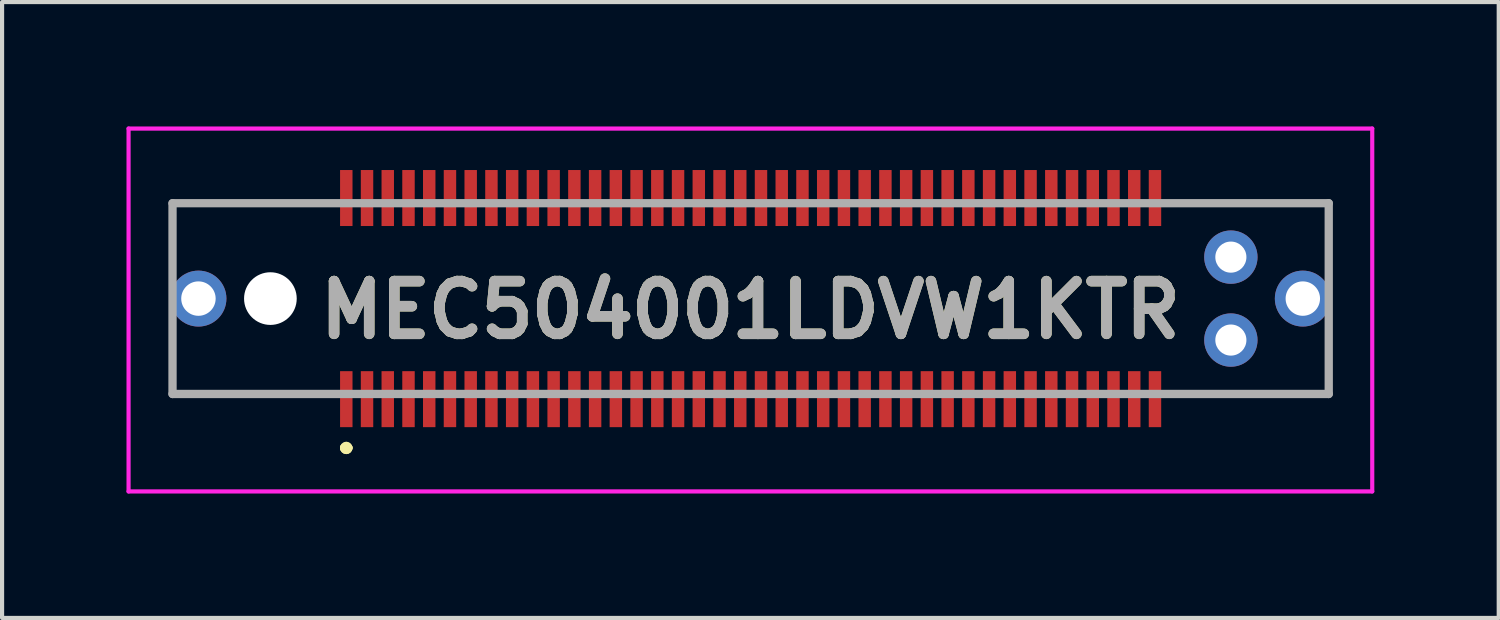
<source format=kicad_pcb>
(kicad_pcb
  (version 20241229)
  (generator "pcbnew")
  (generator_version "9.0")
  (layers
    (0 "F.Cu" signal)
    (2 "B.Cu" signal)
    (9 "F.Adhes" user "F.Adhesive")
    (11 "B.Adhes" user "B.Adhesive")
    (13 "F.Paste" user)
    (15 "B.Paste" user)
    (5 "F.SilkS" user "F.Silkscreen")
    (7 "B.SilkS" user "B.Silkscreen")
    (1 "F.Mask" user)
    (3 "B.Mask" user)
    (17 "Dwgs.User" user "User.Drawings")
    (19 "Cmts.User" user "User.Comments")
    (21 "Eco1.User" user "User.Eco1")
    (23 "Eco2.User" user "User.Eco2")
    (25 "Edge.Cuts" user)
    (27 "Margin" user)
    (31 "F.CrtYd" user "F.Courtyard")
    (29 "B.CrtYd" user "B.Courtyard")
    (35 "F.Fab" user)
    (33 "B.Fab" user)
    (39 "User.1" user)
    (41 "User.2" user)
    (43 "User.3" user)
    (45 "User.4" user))
  (footprint "MEC504001LDVW1KTR"
    (layer "F.Cu")
    (at 15.05 4.15)
    (property "Reference" "MEC504001LDVW1KTR" (at -0.005 0.275 0) (layer "F.SilkS") (effects (font (size 1.27 1.27) (thickness 0.254))))
    (attr through_hole)
    (fp_line (start -13.94 -2.3) (end -10.2 -2.3) (stroke (width 0.1) (type solid)) (layer "F.SilkS"))
    (fp_line (start -13.94 -0.7) (end -13.94 -2.3) (stroke (width 0.1) (type solid)) (layer "F.SilkS"))
    (fp_line (start -13.94 2.3) (end -13.94 0.8) (stroke (width 0.1) (type solid)) (layer "F.SilkS"))
    (fp_line (start -10.2 2.3) (end -13.94 2.3) (stroke (width 0.1) (type solid)) (layer "F.SilkS"))
    (fp_line (start -9.8 3.6) (end -9.8 3.6) (stroke (width 0.2) (type solid)) (layer "F.SilkS"))
    (fp_line (start -9.8 3.6) (end -9.8 3.6) (stroke (width 0.2) (type solid)) (layer "F.SilkS"))
    (fp_line (start -9.7 3.6) (end -9.7 3.6) (stroke (width 0.2) (type solid)) (layer "F.SilkS"))
    (fp_line (start 10.2 -2.3) (end 13.94 -2.3) (stroke (width 0.1) (type solid)) (layer "F.SilkS"))
    (fp_line (start 13.94 -2.3) (end 13.94 -0.6) (stroke (width 0.1) (type solid)) (layer "F.SilkS"))
    (fp_line (start 13.94 0.7) (end 13.94 2.3) (stroke (width 0.1) (type solid)) (layer "F.SilkS"))
    (fp_line (start 13.94 2.3) (end 10.2 2.3) (stroke (width 0.1) (type solid)) (layer "F.SilkS"))
    (fp_arc (start -9.8 3.6) (mid -9.75 3.55) (end -9.7 3.6) (stroke (width 0.2) (type solid)) (layer "F.SilkS"))
    (fp_arc (start -9.7 3.6) (mid -9.75 3.65) (end -9.8 3.6) (stroke (width 0.2) (type solid)) (layer "F.SilkS"))
    (fp_arc (start -9.7 3.6) (mid -9.75 3.65) (end -9.8 3.6) (stroke (width 0.2) (type solid)) (layer "F.SilkS"))
    (fp_line (start -15 -4.1) (end 14.989 -4.1) (stroke (width 0.1) (type solid)) (layer "F.CrtYd"))
    (fp_line (start -15 4.65) (end -15 -4.1) (stroke (width 0.1) (type solid)) (layer "F.CrtYd"))
    (fp_line (start 14.989 -4.1) (end 14.989 4.65) (stroke (width 0.1) (type solid)) (layer "F.CrtYd"))
    (fp_line (start 14.989 4.65) (end -15 4.65) (stroke (width 0.1) (type solid)) (layer "F.CrtYd"))
    (fp_line (start -13.94 -2.3) (end 13.94 -2.3) (stroke (width 0.2) (type solid)) (layer "F.Fab"))
    (fp_line (start -13.94 2.3) (end -13.94 -2.3) (stroke (width 0.2) (type solid)) (layer "F.Fab"))
    (fp_line (start 13.94 -2.3) (end 13.94 2.3) (stroke (width 0.2) (type solid)) (layer "F.Fab"))
    (fp_line (start 13.94 2.3) (end -13.94 2.3) (stroke (width 0.2) (type solid)) (layer "F.Fab"))
    (fp_text user "${REFERENCE}" (at -0.005 0.275 0) (layer "F.Fab") (effects (font (size 1.27 1.27) (thickness 0.254))))
    (pad "" np_thru_hole circle (at -11.58 0) (size 1.27 1.27) (drill 1.27) (layers "*.Cu" "*.Mask"))
    (pad "1" smd rect (at -9.75 2.425) (size 0.3 1.35) (layers "F.Cu" "F.Mask" "F.Paste"))
    (pad "2" smd rect (at -9.75 -2.425) (size 0.3 1.35) (layers "F.Cu" "F.Mask" "F.Paste"))
    (pad "3" smd rect (at -9.25 2.425) (size 0.3 1.35) (layers "F.Cu" "F.Mask" "F.Paste"))
    (pad "4" smd rect (at -9.25 -2.425) (size 0.3 1.35) (layers "F.Cu" "F.Mask" "F.Paste"))
    (pad "5" smd rect (at -8.75 2.425) (size 0.3 1.35) (layers "F.Cu" "F.Mask" "F.Paste"))
    (pad "6" smd rect (at -8.75 -2.425) (size 0.3 1.35) (layers "F.Cu" "F.Mask" "F.Paste"))
    (pad "7" smd rect (at -8.25 2.425) (size 0.3 1.35) (layers "F.Cu" "F.Mask" "F.Paste"))
    (pad "8" smd rect (at -8.25 -2.425) (size 0.3 1.35) (layers "F.Cu" "F.Mask" "F.Paste"))
    (pad "9" smd rect (at -7.75 2.425) (size 0.3 1.35) (layers "F.Cu" "F.Mask" "F.Paste"))
    (pad "10" smd rect (at -7.75 -2.425) (size 0.3 1.35) (layers "F.Cu" "F.Mask" "F.Paste"))
    (pad "11" smd rect (at -7.25 2.425) (size 0.3 1.35) (layers "F.Cu" "F.Mask" "F.Paste"))
    (pad "12" smd rect (at -7.25 -2.425) (size 0.3 1.35) (layers "F.Cu" "F.Mask" "F.Paste"))
    (pad "13" smd rect (at -6.75 2.425) (size 0.3 1.35) (layers "F.Cu" "F.Mask" "F.Paste"))
    (pad "14" smd rect (at -6.75 -2.425) (size 0.3 1.35) (layers "F.Cu" "F.Mask" "F.Paste"))
    (pad "15" smd rect (at -6.25 2.425) (size 0.3 1.35) (layers "F.Cu" "F.Mask" "F.Paste"))
    (pad "16" smd rect (at -6.25 -2.425) (size 0.3 1.35) (layers "F.Cu" "F.Mask" "F.Paste"))
    (pad "17" smd rect (at -5.75 2.425) (size 0.3 1.35) (layers "F.Cu" "F.Mask" "F.Paste"))
    (pad "18" smd rect (at -5.75 -2.425) (size 0.3 1.35) (layers "F.Cu" "F.Mask" "F.Paste"))
    (pad "19" smd rect (at -5.25 2.425) (size 0.3 1.35) (layers "F.Cu" "F.Mask" "F.Paste"))
    (pad "20" smd rect (at -5.25 -2.425) (size 0.3 1.35) (layers "F.Cu" "F.Mask" "F.Paste"))
    (pad "21" smd rect (at -4.75 2.425) (size 0.3 1.35) (layers "F.Cu" "F.Mask" "F.Paste"))
    (pad "22" smd rect (at -4.75 -2.425) (size 0.3 1.35) (layers "F.Cu" "F.Mask" "F.Paste"))
    (pad "23" smd rect (at -4.25 2.425) (size 0.3 1.35) (layers "F.Cu" "F.Mask" "F.Paste"))
    (pad "24" smd rect (at -4.25 -2.425) (size 0.3 1.35) (layers "F.Cu" "F.Mask" "F.Paste"))
    (pad "25" smd rect (at -3.75 2.425) (size 0.3 1.35) (layers "F.Cu" "F.Mask" "F.Paste"))
    (pad "26" smd rect (at -3.75 -2.425) (size 0.3 1.35) (layers "F.Cu" "F.Mask" "F.Paste"))
    (pad "27" smd rect (at -3.25 2.425) (size 0.3 1.35) (layers "F.Cu" "F.Mask" "F.Paste"))
    (pad "28" smd rect (at -3.25 -2.425) (size 0.3 1.35) (layers "F.Cu" "F.Mask" "F.Paste"))
    (pad "29" smd rect (at -2.75 2.425) (size 0.3 1.35) (layers "F.Cu" "F.Mask" "F.Paste"))
    (pad "30" smd rect (at -2.75 -2.425) (size 0.3 1.35) (layers "F.Cu" "F.Mask" "F.Paste"))
    (pad "31" smd rect (at -2.25 2.425) (size 0.3 1.35) (layers "F.Cu" "F.Mask" "F.Paste"))
    (pad "32" smd rect (at -2.25 -2.425) (size 0.3 1.35) (layers "F.Cu" "F.Mask" "F.Paste"))
    (pad "33" smd rect (at -1.75 2.425) (size 0.3 1.35) (layers "F.Cu" "F.Mask" "F.Paste"))
    (pad "34" smd rect (at -1.75 -2.425) (size 0.3 1.35) (layers "F.Cu" "F.Mask" "F.Paste"))
    (pad "35" smd rect (at -1.25 2.425) (size 0.3 1.35) (layers "F.Cu" "F.Mask" "F.Paste"))
    (pad "36" smd rect (at -1.25 -2.425) (size 0.3 1.35) (layers "F.Cu" "F.Mask" "F.Paste"))
    (pad "37" smd rect (at -0.75 2.425) (size 0.3 1.35) (layers "F.Cu" "F.Mask" "F.Paste"))
    (pad "38" smd rect (at -0.75 -2.425) (size 0.3 1.35) (layers "F.Cu" "F.Mask" "F.Paste"))
    (pad "39" smd rect (at -0.25 2.425) (size 0.3 1.35) (layers "F.Cu" "F.Mask" "F.Paste"))
    (pad "40" smd rect (at -0.25 -2.425) (size 0.3 1.35) (layers "F.Cu" "F.Mask" "F.Paste"))
    (pad "41" smd rect (at 0.25 2.425) (size 0.3 1.35) (layers "F.Cu" "F.Mask" "F.Paste"))
    (pad "42" smd rect (at 0.25 -2.425) (size 0.3 1.35) (layers "F.Cu" "F.Mask" "F.Paste"))
    (pad "43" smd rect (at 0.75 2.425) (size 0.3 1.35) (layers "F.Cu" "F.Mask" "F.Paste"))
    (pad "44" smd rect (at 0.75 -2.425) (size 0.3 1.35) (layers "F.Cu" "F.Mask" "F.Paste"))
    (pad "45" smd rect (at 1.25 2.425) (size 0.3 1.35) (layers "F.Cu" "F.Mask" "F.Paste"))
    (pad "46" smd rect (at 1.25 -2.425) (size 0.3 1.35) (layers "F.Cu" "F.Mask" "F.Paste"))
    (pad "47" smd rect (at 1.75 2.425) (size 0.3 1.35) (layers "F.Cu" "F.Mask" "F.Paste"))
    (pad "48" smd rect (at 1.75 -2.425) (size 0.3 1.35) (layers "F.Cu" "F.Mask" "F.Paste"))
    (pad "49" smd rect (at 2.25 2.425) (size 0.3 1.35) (layers "F.Cu" "F.Mask" "F.Paste"))
    (pad "50" smd rect (at 2.25 -2.425) (size 0.3 1.35) (layers "F.Cu" "F.Mask" "F.Paste"))
    (pad "51" smd rect (at 2.75 2.425) (size 0.3 1.35) (layers "F.Cu" "F.Mask" "F.Paste"))
    (pad "52" smd rect (at 2.75 -2.425) (size 0.3 1.35) (layers "F.Cu" "F.Mask" "F.Paste"))
    (pad "53" smd rect (at 3.25 2.425) (size 0.3 1.35) (layers "F.Cu" "F.Mask" "F.Paste"))
    (pad "54" smd rect (at 3.25 -2.425) (size 0.3 1.35) (layers "F.Cu" "F.Mask" "F.Paste"))
    (pad "55" smd rect (at 3.75 2.425) (size 0.3 1.35) (layers "F.Cu" "F.Mask" "F.Paste"))
    (pad "56" smd rect (at 3.75 -2.425) (size 0.3 1.35) (layers "F.Cu" "F.Mask" "F.Paste"))
    (pad "57" smd rect (at 4.25 2.425) (size 0.3 1.35) (layers "F.Cu" "F.Mask" "F.Paste"))
    (pad "58" smd rect (at 4.25 -2.425) (size 0.3 1.35) (layers "F.Cu" "F.Mask" "F.Paste"))
    (pad "59" smd rect (at 4.75 2.425) (size 0.3 1.35) (layers "F.Cu" "F.Mask" "F.Paste"))
    (pad "60" smd rect (at 4.75 -2.425) (size 0.3 1.35) (layers "F.Cu" "F.Mask" "F.Paste"))
    (pad "61" smd rect (at 5.25 2.425) (size 0.3 1.35) (layers "F.Cu" "F.Mask" "F.Paste"))
    (pad "62" smd rect (at 5.25 -2.425) (size 0.3 1.35) (layers "F.Cu" "F.Mask" "F.Paste"))
    (pad "63" smd rect (at 5.75 2.425) (size 0.3 1.35) (layers "F.Cu" "F.Mask" "F.Paste"))
    (pad "64" smd rect (at 5.75 -2.425) (size 0.3 1.35) (layers "F.Cu" "F.Mask" "F.Paste"))
    (pad "65" smd rect (at 6.25 2.425) (size 0.3 1.35) (layers "F.Cu" "F.Mask" "F.Paste"))
    (pad "66" smd rect (at 6.25 -2.425) (size 0.3 1.35) (layers "F.Cu" "F.Mask" "F.Paste"))
    (pad "67" smd rect (at 6.75 2.425) (size 0.3 1.35) (layers "F.Cu" "F.Mask" "F.Paste"))
    (pad "68" smd rect (at 6.75 -2.425) (size 0.3 1.35) (layers "F.Cu" "F.Mask" "F.Paste"))
    (pad "69" smd rect (at 7.25 2.425) (size 0.3 1.35) (layers "F.Cu" "F.Mask" "F.Paste"))
    (pad "70" smd rect (at 7.25 -2.425) (size 0.3 1.35) (layers "F.Cu" "F.Mask" "F.Paste"))
    (pad "71" smd rect (at 7.75 2.425) (size 0.3 1.35) (layers "F.Cu" "F.Mask" "F.Paste"))
    (pad "72" smd rect (at 7.75 -2.425) (size 0.3 1.35) (layers "F.Cu" "F.Mask" "F.Paste"))
    (pad "73" smd rect (at 8.25 2.425) (size 0.3 1.35) (layers "F.Cu" "F.Mask" "F.Paste"))
    (pad "74" smd rect (at 8.25 -2.425) (size 0.3 1.35) (layers "F.Cu" "F.Mask" "F.Paste"))
    (pad "75" smd rect (at 8.75 2.425) (size 0.3 1.35) (layers "F.Cu" "F.Mask" "F.Paste"))
    (pad "76" smd rect (at 8.75 -2.425) (size 0.3 1.35) (layers "F.Cu" "F.Mask" "F.Paste"))
    (pad "77" smd rect (at 9.25 2.425) (size 0.3 1.35) (layers "F.Cu" "F.Mask" "F.Paste"))
    (pad "78" smd rect (at 9.25 -2.425) (size 0.3 1.35) (layers "F.Cu" "F.Mask" "F.Paste"))
    (pad "79" smd rect (at 9.75 2.425) (size 0.3 1.35) (layers "F.Cu" "F.Mask" "F.Paste"))
    (pad "80" smd rect (at 9.75 -2.425) (size 0.3 1.35) (layers "F.Cu" "F.Mask" "F.Paste"))
    (pad "MH1" thru_hole circle (at -13.315 0) (size 1.349 1.349) (drill 0.83) (layers "*.Cu" "*.Mask"))
    (pad "MH2" thru_hole circle (at 11.58 -1) (size 1.286 1.286) (drill 0.75) (layers "*.Cu" "*.Mask"))
    (pad "MH3" thru_hole circle (at 11.58 1) (size 1.286 1.286) (drill 0.75) (layers "*.Cu" "*.Mask"))
    (pad "MH4" thru_hole circle (at 13.315 0) (size 1.349 1.349) (drill 0.83) (layers "*.Cu" "*.Mask")))
  (gr_rect
    (start -3 -3)
    (end 33.089 11.85)
    (stroke (width 0.1) (type default))
    (fill no)
    (layer "Edge.Cuts")))
</source>
